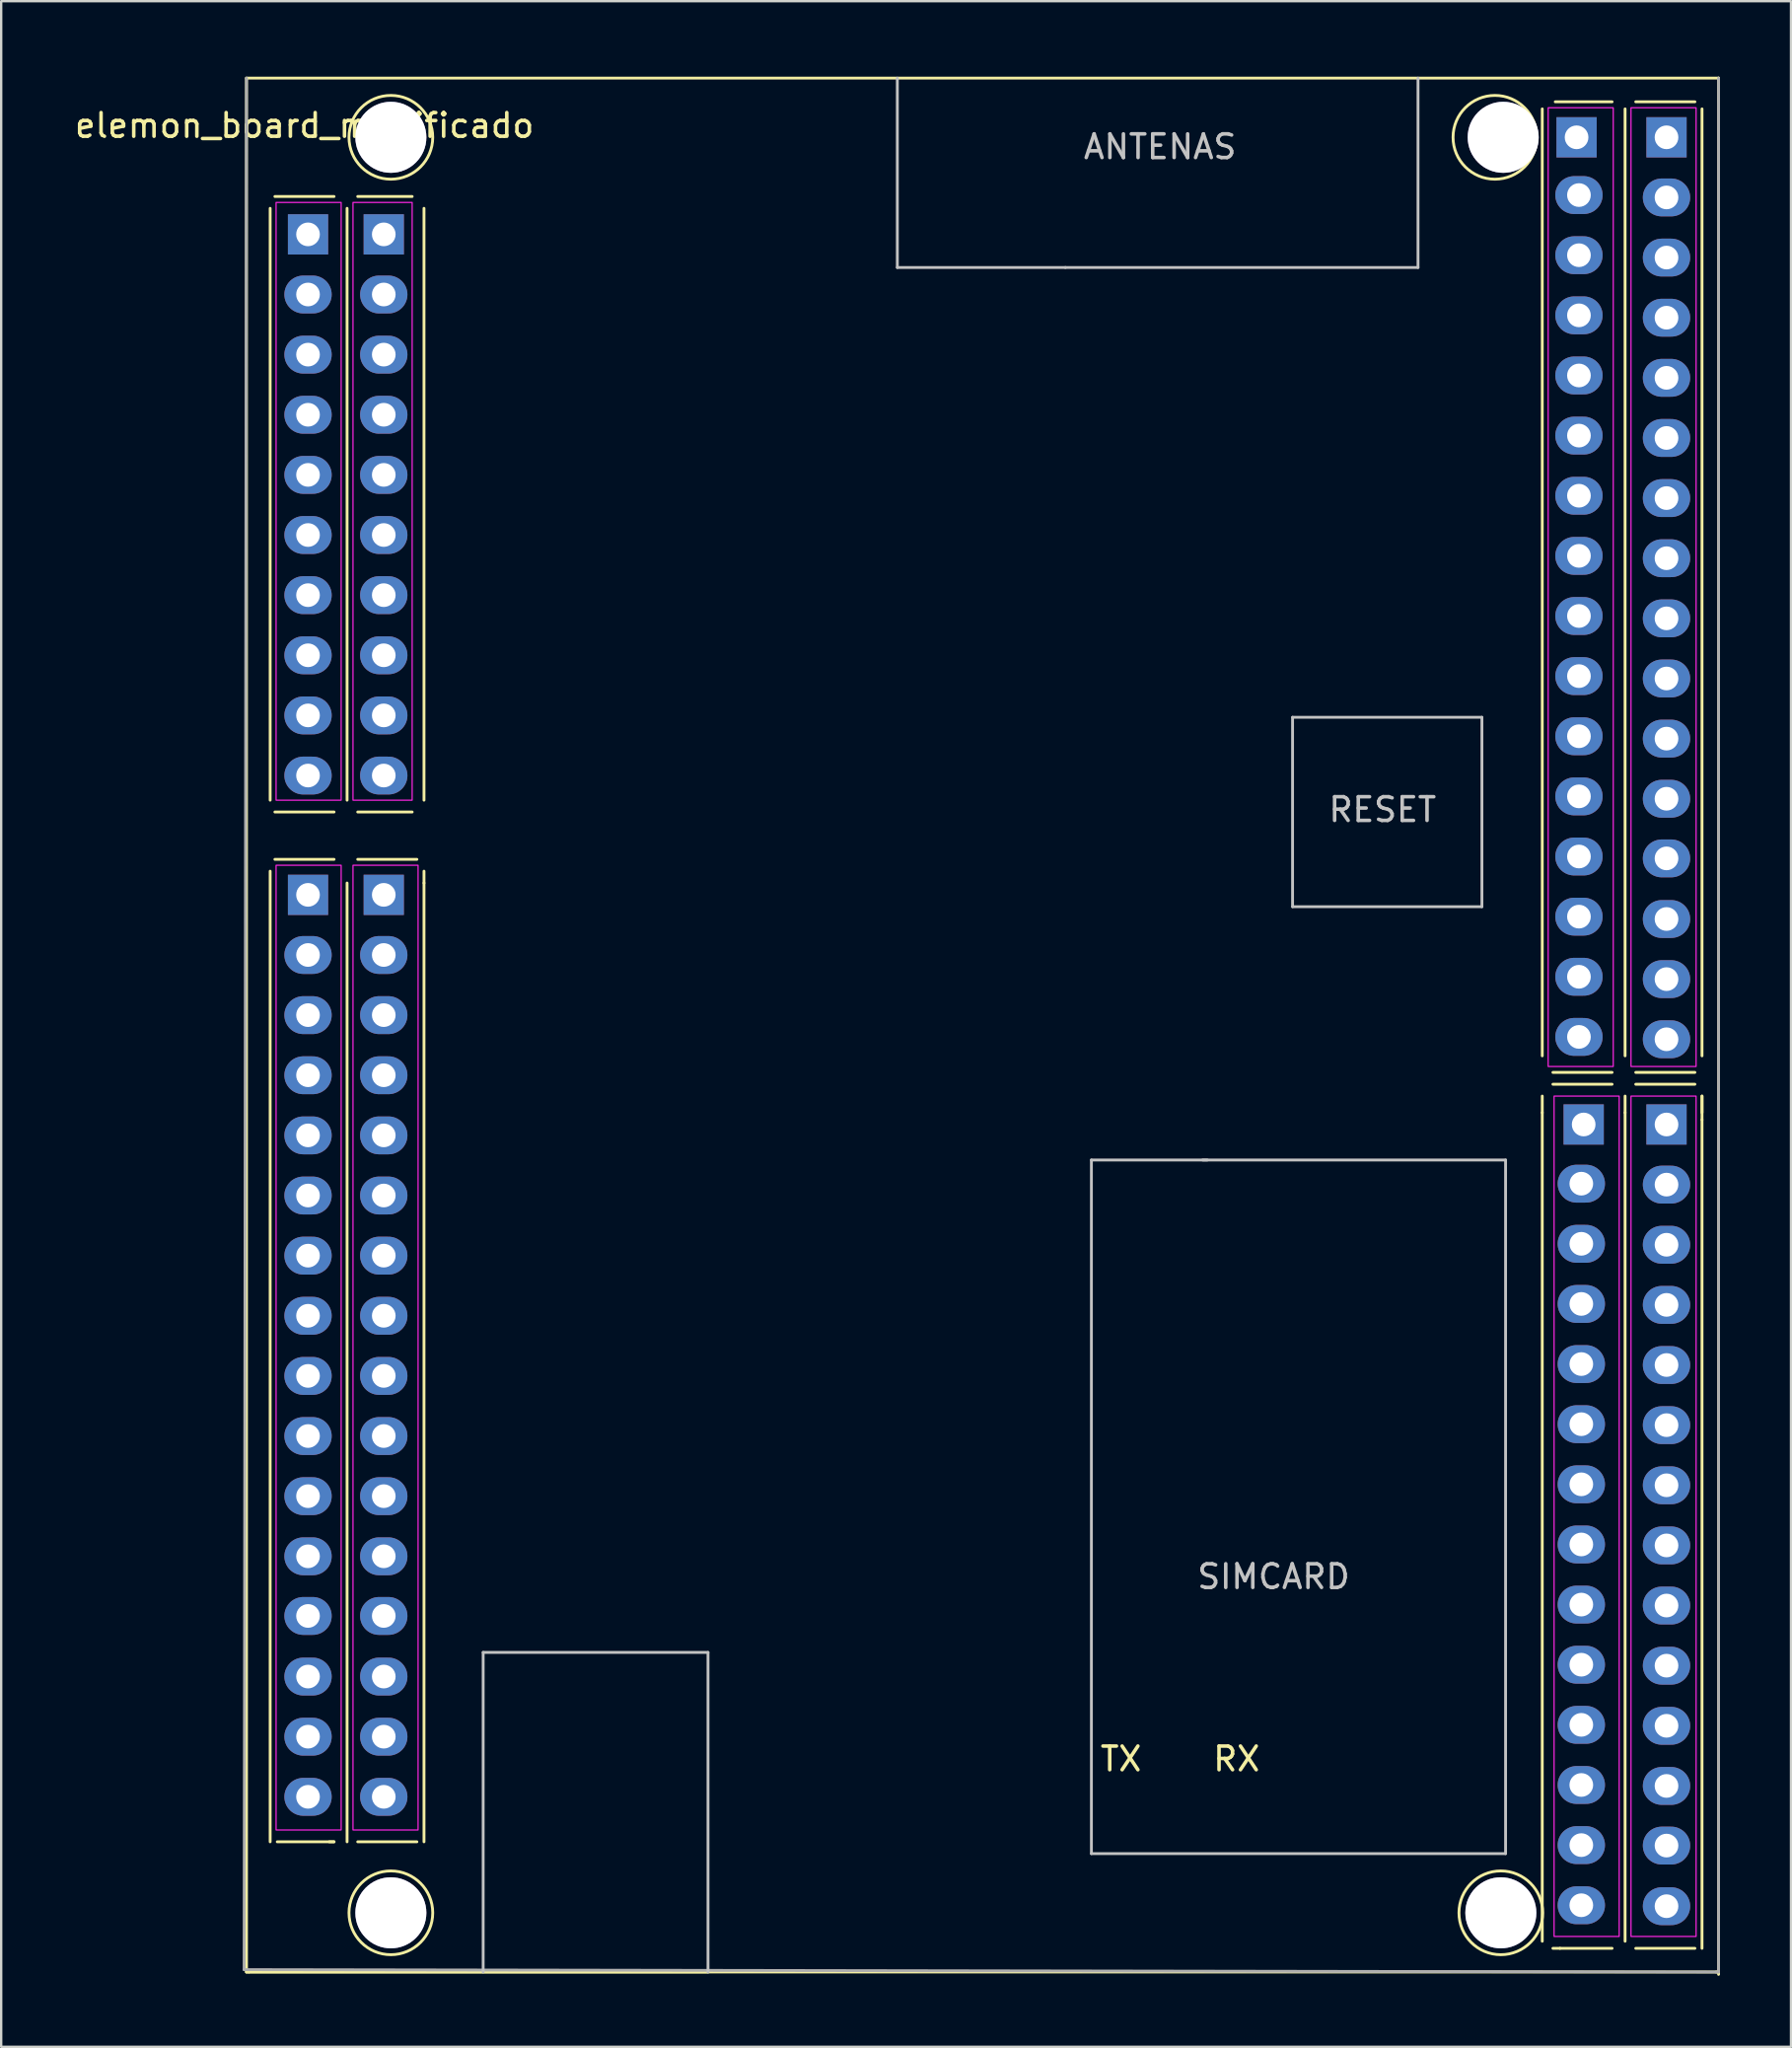
<source format=kicad_pcb>
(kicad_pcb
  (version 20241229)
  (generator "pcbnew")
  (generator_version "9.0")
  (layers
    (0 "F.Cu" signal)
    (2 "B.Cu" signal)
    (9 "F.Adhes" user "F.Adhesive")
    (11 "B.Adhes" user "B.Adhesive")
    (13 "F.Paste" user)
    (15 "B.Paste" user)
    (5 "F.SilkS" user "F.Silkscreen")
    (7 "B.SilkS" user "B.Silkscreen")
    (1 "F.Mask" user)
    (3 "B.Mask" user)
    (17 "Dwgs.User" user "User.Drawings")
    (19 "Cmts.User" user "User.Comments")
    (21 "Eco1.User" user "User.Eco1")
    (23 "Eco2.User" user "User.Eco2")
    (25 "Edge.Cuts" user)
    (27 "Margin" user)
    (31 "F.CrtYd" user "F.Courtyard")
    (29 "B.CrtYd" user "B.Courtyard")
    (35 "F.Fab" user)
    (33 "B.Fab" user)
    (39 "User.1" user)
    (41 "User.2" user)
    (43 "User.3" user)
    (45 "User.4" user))
  (footprint "elemon_board_modificado"
    (layer "F.Cu")
    (at 7.365 0.25)
    (property "Reference" "elemon_board_modificado" (at 2.45 2 0) (layer "F.SilkS") (effects (font (size 1 1) (thickness 0.15))))
    (attr through_hole)
    (fp_line (start 0 0) (end 62.2 0) (stroke (width 0.12) (type solid)) (layer "F.SilkS"))
    (fp_line (start 0 80) (end 0 0) (stroke (width 0.12) (type solid)) (layer "F.SilkS"))
    (fp_line (start 0 80) (end 19.5 80) (stroke (width 0.12) (type solid)) (layer "F.SilkS"))
    (fp_line (start 0.1 80) (end 0 80) (stroke (width 0.12) (type solid)) (layer "F.SilkS"))
    (fp_line (start 0.1 80) (end 62.1 80) (stroke (width 0.12) (type solid)) (layer "F.SilkS"))
    (fp_line (start 1 30.5) (end 1 5.5) (stroke (width 0.12) (type solid)) (layer "F.SilkS"))
    (fp_line (start 1 33.5) (end 1 74.5) (stroke (width 0.12) (type solid)) (layer "F.SilkS"))
    (fp_line (start 1.2 5) (end 3.7 5) (stroke (width 0.12) (type solid)) (layer "F.SilkS"))
    (fp_line (start 1.2 31) (end 3.7 31) (stroke (width 0.12) (type solid)) (layer "F.SilkS"))
    (fp_line (start 1.2 33) (end 3.7 33) (stroke (width 0.12) (type solid)) (layer "F.SilkS"))
    (fp_line (start 1.3 74.5) (end 3.7 74.5) (stroke (width 0.12) (type solid)) (layer "F.SilkS"))
    (fp_line (start 3.7 74.5) (end 3.5 74.5) (stroke (width 0.12) (type solid)) (layer "F.SilkS"))
    (fp_line (start 4.25 30.5) (end 4.25 5.5) (stroke (width 0.12) (type solid)) (layer "F.SilkS"))
    (fp_line (start 4.25 34) (end 4.25 74.5) (stroke (width 0.12) (type solid)) (layer "F.SilkS"))
    (fp_line (start 4.7 5) (end 7 5) (stroke (width 0.12) (type solid)) (layer "F.SilkS"))
    (fp_line (start 4.7 31) (end 7 31) (stroke (width 0.12) (type solid)) (layer "F.SilkS"))
    (fp_line (start 4.7 74.5) (end 7.2 74.5) (stroke (width 0.12) (type solid)) (layer "F.SilkS"))
    (fp_line (start 7.2 33) (end 4.7 33) (stroke (width 0.12) (type solid)) (layer "F.SilkS"))
    (fp_line (start 7.5 30.5) (end 7.5 5.5) (stroke (width 0.12) (type solid)) (layer "F.SilkS"))
    (fp_line (start 7.5 34) (end 7.5 33.5) (stroke (width 0.12) (type solid)) (layer "F.SilkS"))
    (fp_line (start 7.5 34) (end 7.5 74.5) (stroke (width 0.12) (type solid)) (layer "F.SilkS"))
    (fp_line (start 54.75 41.3) (end 54.75 1.3) (stroke (width 0.12) (type solid)) (layer "F.SilkS"))
    (fp_line (start 54.75 43) (end 54.75 43.7) (stroke (width 0.12) (type solid)) (layer "F.SilkS"))
    (fp_line (start 54.75 43.7) (end 54.75 78.7) (stroke (width 0.12) (type solid)) (layer "F.SilkS"))
    (fp_line (start 55.2 79) (end 55.5 79) (stroke (width 0.12) (type solid)) (layer "F.SilkS"))
    (fp_line (start 55.3 1) (end 57.7 1) (stroke (width 0.12) (type solid)) (layer "F.SilkS"))
    (fp_line (start 57.7 42) (end 55.2 42) (stroke (width 0.12) (type solid)) (layer "F.SilkS"))
    (fp_line (start 57.7 42.5) (end 55.2 42.5) (stroke (width 0.12) (type solid)) (layer "F.SilkS"))
    (fp_line (start 57.7 79) (end 55.5 79) (stroke (width 0.12) (type solid)) (layer "F.SilkS"))
    (fp_line (start 58.25 41.3) (end 58.25 1.3) (stroke (width 0.12) (type solid)) (layer "F.SilkS"))
    (fp_line (start 58.25 43.7) (end 58.25 43) (stroke (width 0.12) (type solid)) (layer "F.SilkS"))
    (fp_line (start 58.25 43.7) (end 58.25 78.7) (stroke (width 0.12) (type solid)) (layer "F.SilkS"))
    (fp_line (start 58.7 1) (end 61.2 1) (stroke (width 0.12) (type solid)) (layer "F.SilkS"))
    (fp_line (start 58.7 42.5) (end 61.2 42.5) (stroke (width 0.12) (type solid)) (layer "F.SilkS"))
    (fp_line (start 58.7 79) (end 61.2 79) (stroke (width 0.12) (type solid)) (layer "F.SilkS"))
    (fp_line (start 61.2 42) (end 58.7 42) (stroke (width 0.12) (type solid)) (layer "F.SilkS"))
    (fp_line (start 61.5 1.3) (end 61.5 41.3) (stroke (width 0.12) (type solid)) (layer "F.SilkS"))
    (fp_line (start 61.5 43.7) (end 61.5 43) (stroke (width 0.12) (type solid)) (layer "F.SilkS"))
    (fp_line (start 61.5 44) (end 61.5 43) (stroke (width 0.12) (type solid)) (layer "F.SilkS"))
    (fp_line (start 61.5 44) (end 61.5 79) (stroke (width 0.12) (type solid)) (layer "F.SilkS"))
    (fp_line (start 62.1 80) (end 62.2 80) (stroke (width 0.12) (type solid)) (layer "F.SilkS"))
    (fp_line (start 62.2 0) (end 62.2 1) (stroke (width 0.12) (type solid)) (layer "F.SilkS"))
    (fp_line (start 62.2 0) (end 62.2 80.1) (stroke (width 0.12) (type solid)) (layer "F.SilkS"))
    (fp_circle (center 6.1 2.5) (end 7.4 3.7) (stroke (width 0.12) (type solid)) (fill no) (layer "F.SilkS"))
    (fp_circle (center 6.1 77.5) (end 7.4 78.7) (stroke (width 0.12) (type solid)) (fill no) (layer "F.SilkS"))
    (fp_circle (center 52.75 2.5) (end 54.05 3.7) (stroke (width 0.12) (type solid)) (fill no) (layer "F.SilkS"))
    (fp_circle (center 53 77.5) (end 54.3 78.7) (stroke (width 0.12) (type solid)) (fill no) (layer "F.SilkS"))
    (fp_line (start 10 66.5) (end 10 80) (stroke (width 0.12) (type solid)) (layer "Dwgs.User"))
    (fp_line (start 19.5 66.5) (end 10 66.5) (stroke (width 0.12) (type solid)) (layer "Dwgs.User"))
    (fp_line (start 19.5 80) (end 19.5 66.5) (stroke (width 0.12) (type solid)) (layer "Dwgs.User"))
    (fp_line (start 27.5 0) (end 27.5 8) (stroke (width 0.12) (type solid)) (layer "Dwgs.User"))
    (fp_line (start 27.5 8) (end 34.6 8) (stroke (width 0.12) (type solid)) (layer "Dwgs.User"))
    (fp_line (start 35.7 45.7) (end 40.6 45.7) (stroke (width 0.12) (type solid)) (layer "Dwgs.User"))
    (fp_line (start 35.7 75) (end 35.7 45.7) (stroke (width 0.12) (type solid)) (layer "Dwgs.User"))
    (fp_line (start 35.7 75) (end 53.2 75) (stroke (width 0.12) (type solid)) (layer "Dwgs.User"))
    (fp_line (start 44.2 27) (end 44.2 35) (stroke (width 0.12) (type solid)) (layer "Dwgs.User"))
    (fp_line (start 44.2 35) (end 52.2 35) (stroke (width 0.12) (type solid)) (layer "Dwgs.User"))
    (fp_line (start 49.5 0) (end 49.5 8) (stroke (width 0.12) (type solid)) (layer "Dwgs.User"))
    (fp_line (start 49.5 8) (end 34.6 8) (stroke (width 0.12) (type solid)) (layer "Dwgs.User"))
    (fp_line (start 52.2 27) (end 44.2 27) (stroke (width 0.12) (type solid)) (layer "Dwgs.User"))
    (fp_line (start 52.2 27) (end 52.2 35) (stroke (width 0.12) (type solid)) (layer "Dwgs.User"))
    (fp_line (start 53.2 45.7) (end 40.4 45.7) (stroke (width 0.12) (type solid)) (layer "Dwgs.User"))
    (fp_line (start 53.2 75) (end 53.2 45.7) (stroke (width 0.12) (type solid)) (layer "Dwgs.User"))
    (fp_rect (start 1.25 5.25) (end 4 30.5) (stroke (width 0.05) (type solid)) (fill no) (layer "F.CrtYd"))
    (fp_rect (start 1.25 33.25) (end 4 74) (stroke (width 0.05) (type solid)) (fill no) (layer "F.CrtYd"))
    (fp_rect (start 4.5 5.25) (end 7 30.5) (stroke (width 0.05) (type solid)) (fill no) (layer "F.CrtYd"))
    (fp_rect (start 4.5 33.25) (end 7.25 74) (stroke (width 0.05) (type solid)) (fill no) (layer "F.CrtYd"))
    (fp_rect (start 55 1.25) (end 57.75 41.75) (stroke (width 0.05) (type solid)) (fill no) (layer "F.CrtYd"))
    (fp_rect (start 55.25 43) (end 58 78.5) (stroke (width 0.05) (type solid)) (fill no) (layer "F.CrtYd"))
    (fp_rect (start 58.5 41.75) (end 61.25 1.25) (stroke (width 0.05) (type solid)) (fill no) (layer "F.CrtYd"))
    (fp_rect (start 58.5 43) (end 61.25 78.5) (stroke (width 0.05) (type solid)) (fill no) (layer "F.CrtYd"))
    (fp_line (start -0.1 79.9) (end 0 0) (stroke (width 0.12) (type solid)) (layer "F.Fab"))
    (fp_line (start 62.2 0) (end 62.2 80) (stroke (width 0.12) (type solid)) (layer "F.Fab"))
    (fp_line (start 62.2 80) (end -0.1 79.9) (stroke (width 0.12) (type solid)) (layer "F.Fab"))
    (fp_text user "TX    RX" (at 39.45 71 0) (layer "F.SilkS") (effects (font (size 1 1) (thickness 0.15))))
    (fp_text user "RESET" (at 48 30.9 0) (layer "Dwgs.User") (effects (font (size 1 1) (thickness 0.15))))
    (fp_text user "ANTENAS" (at 38.6 2.9 0) (layer "Dwgs.User") (effects (font (size 1 1) (thickness 0.15))))
    (fp_text user "SIMCARD" (at 43.4 63.3 0) (layer "Dwgs.User") (effects (font (size 1 1) (thickness 0.15))))
    (pad "" thru_hole circle (at 6.1 2.5) (size 3 3) (drill 3) (layers "*.Cu" "*.Mask"))
    (pad "" thru_hole circle (at 6.1 77.5) (size 3 3) (drill 3) (layers "*.Cu" "*.Mask"))
    (pad "" thru_hole circle (at 53 77.5) (size 3 3) (drill 3) (layers "*.Cu" "*.Mask"))
    (pad "" thru_hole circle (at 53.1 2.5) (size 3 3) (drill 3) (layers "*.Cu" "*.Mask"))
    (pad "1" thru_hole rect (at 2.6 6.6) (size 1.7 1.7) (drill 1) (layers "*.Cu" "*.Mask"))
    (pad "1" thru_hole rect (at 5.8 6.6) (size 1.7 1.7) (drill 1) (layers "*.Cu" "*.Mask"))
    (pad "2" thru_hole oval (at 2.6 9.14) (size 2 1.6) (drill 1) (layers "*.Cu" "*.Mask"))
    (pad "2" thru_hole oval (at 5.8 9.14) (size 2 1.6) (drill 1) (layers "*.Cu" "*.Mask"))
    (pad "3" thru_hole oval (at 2.6 11.68) (size 2 1.6) (drill 1) (layers "*.Cu" "*.Mask"))
    (pad "3" thru_hole oval (at 5.8 11.68) (size 2 1.6) (drill 1) (layers "*.Cu" "*.Mask"))
    (pad "4" thru_hole oval (at 2.6 14.22) (size 2 1.6) (drill 1) (layers "*.Cu" "*.Mask"))
    (pad "4" thru_hole oval (at 5.8 14.22) (size 2 1.6) (drill 1) (layers "*.Cu" "*.Mask"))
    (pad "5" thru_hole oval (at 2.6 16.76) (size 2 1.6) (drill 1) (layers "*.Cu" "*.Mask"))
    (pad "5" thru_hole oval (at 5.8 16.76) (size 2 1.6) (drill 1) (layers "*.Cu" "*.Mask"))
    (pad "6" thru_hole oval (at 2.6 19.3) (size 2 1.6) (drill 1) (layers "*.Cu" "*.Mask"))
    (pad "6" thru_hole oval (at 5.8 19.3) (size 2 1.6) (drill 1) (layers "*.Cu" "*.Mask"))
    (pad "7" thru_hole oval (at 2.6 21.84) (size 2 1.6) (drill 1) (layers "*.Cu" "*.Mask"))
    (pad "7" thru_hole oval (at 5.8 21.84) (size 2 1.6) (drill 1) (layers "*.Cu" "*.Mask"))
    (pad "8" thru_hole oval (at 2.6 24.38) (size 2 1.6) (drill 1) (layers "*.Cu" "*.Mask"))
    (pad "8" thru_hole oval (at 5.8 24.38) (size 2 1.6) (drill 1) (layers "*.Cu" "*.Mask"))
    (pad "9" thru_hole oval (at 2.6 26.92) (size 2 1.6) (drill 1) (layers "*.Cu" "*.Mask"))
    (pad "9" thru_hole oval (at 5.8 26.92) (size 2 1.6) (drill 1) (layers "*.Cu" "*.Mask"))
    (pad "10" thru_hole oval (at 2.6 29.46) (size 2 1.6) (drill 1) (layers "*.Cu" "*.Mask"))
    (pad "10" thru_hole oval (at 5.8 29.46) (size 2 1.6) (drill 1) (layers "*.Cu" "*.Mask"))
    (pad "11" thru_hole rect (at 2.6 34.5) (size 1.7 1.7) (drill 1) (layers "*.Cu" "*.Mask"))
    (pad "11" thru_hole rect (at 5.8 34.5) (size 1.7 1.7) (drill 1) (layers "*.Cu" "*.Mask"))
    (pad "12" thru_hole oval (at 2.6 37.04) (size 2 1.6) (drill 1) (layers "*.Cu" "*.Mask"))
    (pad "12" thru_hole oval (at 5.8 37.04) (size 2 1.6) (drill 1) (layers "*.Cu" "*.Mask"))
    (pad "13" thru_hole oval (at 2.6 39.58) (size 2 1.6) (drill 1) (layers "*.Cu" "*.Mask"))
    (pad "13" thru_hole oval (at 5.8 39.58) (size 2 1.6) (drill 1) (layers "*.Cu" "*.Mask"))
    (pad "14" thru_hole oval (at 2.6 42.12) (size 2 1.6) (drill 1) (layers "*.Cu" "*.Mask"))
    (pad "14" thru_hole oval (at 5.8 42.12) (size 2 1.6) (drill 1) (layers "*.Cu" "*.Mask"))
    (pad "15" thru_hole oval (at 2.6 44.66) (size 2 1.6) (drill 1) (layers "*.Cu" "*.Mask"))
    (pad "15" thru_hole oval (at 5.8 44.66) (size 2 1.6) (drill 1) (layers "*.Cu" "*.Mask"))
    (pad "16" thru_hole oval (at 2.6 47.2) (size 2 1.6) (drill 1) (layers "*.Cu" "*.Mask"))
    (pad "16" thru_hole oval (at 5.8 47.2) (size 2 1.6) (drill 1) (layers "*.Cu" "*.Mask"))
    (pad "17" thru_hole oval (at 2.6 49.74) (size 2 1.6) (drill 1) (layers "*.Cu" "*.Mask"))
    (pad "17" thru_hole oval (at 5.8 49.74) (size 2 1.6) (drill 1) (layers "*.Cu" "*.Mask"))
    (pad "18" thru_hole oval (at 2.6 52.28) (size 2 1.6) (drill 1) (layers "*.Cu" "*.Mask"))
    (pad "18" thru_hole oval (at 5.8 52.28) (size 2 1.6) (drill 1) (layers "*.Cu" "*.Mask"))
    (pad "19" thru_hole oval (at 2.6 54.82) (size 2 1.6) (drill 1) (layers "*.Cu" "*.Mask"))
    (pad "19" thru_hole oval (at 5.8 54.82) (size 2 1.6) (drill 1) (layers "*.Cu" "*.Mask"))
    (pad "20" thru_hole oval (at 2.6 57.36) (size 2 1.6) (drill 1) (layers "*.Cu" "*.Mask"))
    (pad "20" thru_hole oval (at 5.8 57.36) (size 2 1.6) (drill 1) (layers "*.Cu" "*.Mask"))
    (pad "21" thru_hole oval (at 2.6 59.9) (size 2 1.6) (drill 1) (layers "*.Cu" "*.Mask"))
    (pad "21" thru_hole oval (at 5.8 59.9) (size 2 1.6) (drill 1) (layers "*.Cu" "*.Mask"))
    (pad "22" thru_hole oval (at 2.6 62.44) (size 2 1.6) (drill 1) (layers "*.Cu" "*.Mask"))
    (pad "22" thru_hole oval (at 5.8 62.44) (size 2 1.6) (drill 1) (layers "*.Cu" "*.Mask"))
    (pad "23" thru_hole oval (at 2.6 64.96) (size 2 1.6) (drill 1) (layers "*.Cu" "*.Mask"))
    (pad "23" thru_hole oval (at 5.8 64.96) (size 2 1.6) (drill 1) (layers "*.Cu" "*.Mask"))
    (pad "24" thru_hole oval (at 2.6 67.52) (size 2 1.6) (drill 1) (layers "*.Cu" "*.Mask"))
    (pad "24" thru_hole oval (at 5.8 67.52) (size 2 1.6) (drill 1) (layers "*.Cu" "*.Mask"))
    (pad "25" thru_hole oval (at 2.6 70.06) (size 2 1.6) (drill 1) (layers "*.Cu" "*.Mask"))
    (pad "25" thru_hole oval (at 5.8 70.06) (size 2 1.6) (drill 1) (layers "*.Cu" "*.Mask"))
    (pad "26" thru_hole oval (at 2.6 72.6) (size 2 1.6) (drill 1) (layers "*.Cu" "*.Mask"))
    (pad "26" thru_hole oval (at 5.8 72.6) (size 2 1.6) (drill 1) (layers "*.Cu" "*.Mask"))
    (pad "27" thru_hole rect (at 56.2 2.5) (size 1.7 1.7) (drill 1) (layers "*.Cu" "*.Mask"))
    (pad "27" thru_hole rect (at 60 2.5) (size 1.7 1.7) (drill 1) (layers "*.Cu" "*.Mask"))
    (pad "28" thru_hole oval (at 56.3 4.94) (size 2 1.6) (drill 1) (layers "*.Cu" "*.Mask"))
    (pad "28" thru_hole oval (at 60 5.04) (size 2 1.6) (drill 1) (layers "*.Cu" "*.Mask"))
    (pad "29" thru_hole oval (at 56.3 7.48) (size 2 1.6) (drill 1) (layers "*.Cu" "*.Mask"))
    (pad "29" thru_hole oval (at 60 7.58) (size 2 1.6) (drill 1) (layers "*.Cu" "*.Mask"))
    (pad "30" thru_hole oval (at 56.3 10.02) (size 2 1.6) (drill 1) (layers "*.Cu" "*.Mask"))
    (pad "30" thru_hole oval (at 60 10.12) (size 2 1.6) (drill 1) (layers "*.Cu" "*.Mask"))
    (pad "31" thru_hole oval (at 56.3 12.56) (size 2 1.6) (drill 1) (layers "*.Cu" "*.Mask"))
    (pad "31" thru_hole oval (at 60 12.66) (size 2 1.6) (drill 1) (layers "*.Cu" "*.Mask"))
    (pad "32" thru_hole oval (at 56.3 15.1) (size 2 1.6) (drill 1) (layers "*.Cu" "*.Mask"))
    (pad "32" thru_hole oval (at 60 15.2) (size 2 1.6) (drill 1) (layers "*.Cu" "*.Mask"))
    (pad "33" thru_hole oval (at 56.3 17.64) (size 2 1.6) (drill 1) (layers "*.Cu" "*.Mask"))
    (pad "33" thru_hole oval (at 60 17.74) (size 2 1.6) (drill 1) (layers "*.Cu" "*.Mask"))
    (pad "34" thru_hole oval (at 56.3 20.18) (size 2 1.6) (drill 1) (layers "*.Cu" "*.Mask"))
    (pad "34" thru_hole oval (at 60 20.28) (size 2 1.6) (drill 1) (layers "*.Cu" "*.Mask"))
    (pad "35" thru_hole oval (at 56.3 22.72) (size 2 1.6) (drill 1) (layers "*.Cu" "*.Mask"))
    (pad "35" thru_hole oval (at 60 22.82) (size 2 1.6) (drill 1) (layers "*.Cu" "*.Mask"))
    (pad "36" thru_hole oval (at 56.3 25.26) (size 2 1.6) (drill 1) (layers "*.Cu" "*.Mask"))
    (pad "36" thru_hole oval (at 60 25.36) (size 2 1.6) (drill 1) (layers "*.Cu" "*.Mask"))
    (pad "37" thru_hole oval (at 56.3 27.8) (size 2 1.6) (drill 1) (layers "*.Cu" "*.Mask"))
    (pad "37" thru_hole oval (at 60 27.9) (size 2 1.6) (drill 1) (layers "*.Cu" "*.Mask"))
    (pad "38" thru_hole oval (at 56.3 30.34) (size 2 1.6) (drill 1) (layers "*.Cu" "*.Mask"))
    (pad "38" thru_hole oval (at 60 30.44) (size 2 1.6) (drill 1) (layers "*.Cu" "*.Mask"))
    (pad "39" thru_hole oval (at 56.3 32.88) (size 2 1.6) (drill 1) (layers "*.Cu" "*.Mask"))
    (pad "39" thru_hole oval (at 60 32.96) (size 2 1.6) (drill 1) (layers "*.Cu" "*.Mask"))
    (pad "40" thru_hole oval (at 56.3 35.42) (size 2 1.6) (drill 1) (layers "*.Cu" "*.Mask"))
    (pad "40" thru_hole oval (at 60 35.52) (size 2 1.6) (drill 1) (layers "*.Cu" "*.Mask"))
    (pad "41" thru_hole oval (at 56.3 37.96) (size 2 1.6) (drill 1) (layers "*.Cu" "*.Mask"))
    (pad "41" thru_hole oval (at 60 38.06) (size 2 1.6) (drill 1) (layers "*.Cu" "*.Mask"))
    (pad "42" thru_hole oval (at 56.3 40.5) (size 2 1.6) (drill 1) (layers "*.Cu" "*.Mask"))
    (pad "42" thru_hole oval (at 60 40.6) (size 2 1.6) (drill 1) (layers "*.Cu" "*.Mask"))
    (pad "43" thru_hole rect (at 56.5 44.2) (size 1.7 1.7) (drill 1) (layers "*.Cu" "*.Mask"))
    (pad "43" thru_hole rect (at 60 44.2) (size 1.7 1.7) (drill 1) (layers "*.Cu" "*.Mask"))
    (pad "44" thru_hole oval (at 56.4 46.7) (size 2 1.6) (drill 1) (layers "*.Cu" "*.Mask"))
    (pad "44" thru_hole oval (at 60 46.74) (size 2 1.6) (drill 1) (layers "*.Cu" "*.Mask"))
    (pad "45" thru_hole oval (at 56.4 49.24) (size 2 1.6) (drill 1) (layers "*.Cu" "*.Mask"))
    (pad "45" thru_hole oval (at 60 49.28) (size 2 1.6) (drill 1) (layers "*.Cu" "*.Mask"))
    (pad "46" thru_hole oval (at 56.4 51.78) (size 2 1.6) (drill 1) (layers "*.Cu" "*.Mask"))
    (pad "46" thru_hole oval (at 60 51.82) (size 2 1.6) (drill 1) (layers "*.Cu" "*.Mask"))
    (pad "47" thru_hole oval (at 56.4 54.32) (size 2 1.6) (drill 1) (layers "*.Cu" "*.Mask"))
    (pad "47" thru_hole oval (at 60 54.36) (size 2 1.6) (drill 1) (layers "*.Cu" "*.Mask"))
    (pad "48" thru_hole oval (at 56.4 56.86) (size 2 1.6) (drill 1) (layers "*.Cu" "*.Mask"))
    (pad "48" thru_hole oval (at 60 56.9) (size 2 1.6) (drill 1) (layers "*.Cu" "*.Mask"))
    (pad "49" thru_hole oval (at 56.4 59.4) (size 2 1.6) (drill 1) (layers "*.Cu" "*.Mask"))
    (pad "49" thru_hole oval (at 60 59.44) (size 2 1.6) (drill 1) (layers "*.Cu" "*.Mask"))
    (pad "50" thru_hole oval (at 56.4 61.94) (size 2 1.6) (drill 1) (layers "*.Cu" "*.Mask"))
    (pad "50" thru_hole oval (at 60 61.98) (size 2 1.6) (drill 1) (layers "*.Cu" "*.Mask"))
    (pad "51" thru_hole oval (at 56.4 64.48) (size 2 1.6) (drill 1) (layers "*.Cu" "*.Mask"))
    (pad "51" thru_hole oval (at 60 64.52) (size 2 1.6) (drill 1) (layers "*.Cu" "*.Mask"))
    (pad "52" thru_hole oval (at 56.4 67.02) (size 2 1.6) (drill 1) (layers "*.Cu" "*.Mask"))
    (pad "52" thru_hole oval (at 60 67.06) (size 2 1.6) (drill 1) (layers "*.Cu" "*.Mask"))
    (pad "53" thru_hole oval (at 56.4 69.56) (size 2 1.6) (drill 1) (layers "*.Cu" "*.Mask"))
    (pad "53" thru_hole oval (at 60 69.6) (size 2 1.6) (drill 1) (layers "*.Cu" "*.Mask"))
    (pad "54" thru_hole oval (at 56.4 72.1) (size 2 1.6) (drill 1) (layers "*.Cu" "*.Mask"))
    (pad "54" thru_hole oval (at 60 72.14) (size 2 1.6) (drill 1) (layers "*.Cu" "*.Mask"))
    (pad "55" thru_hole oval (at 56.4 74.64) (size 2 1.6) (drill 1) (layers "*.Cu" "*.Mask"))
    (pad "55" thru_hole oval (at 60 74.66) (size 2 1.6) (drill 1) (layers "*.Cu" "*.Mask"))
    (pad "56" thru_hole oval (at 56.4 77.18) (size 2 1.6) (drill 1) (layers "*.Cu" "*.Mask"))
    (pad "56" thru_hole oval (at 60 77.22) (size 2 1.6) (drill 1) (layers "*.Cu" "*.Mask")))
  (gr_rect
    (start -3 -3)
    (end 72.625 83.41)
    (stroke (width 0.1) (type default))
    (fill no)
    (layer "Edge.Cuts")))
</source>
